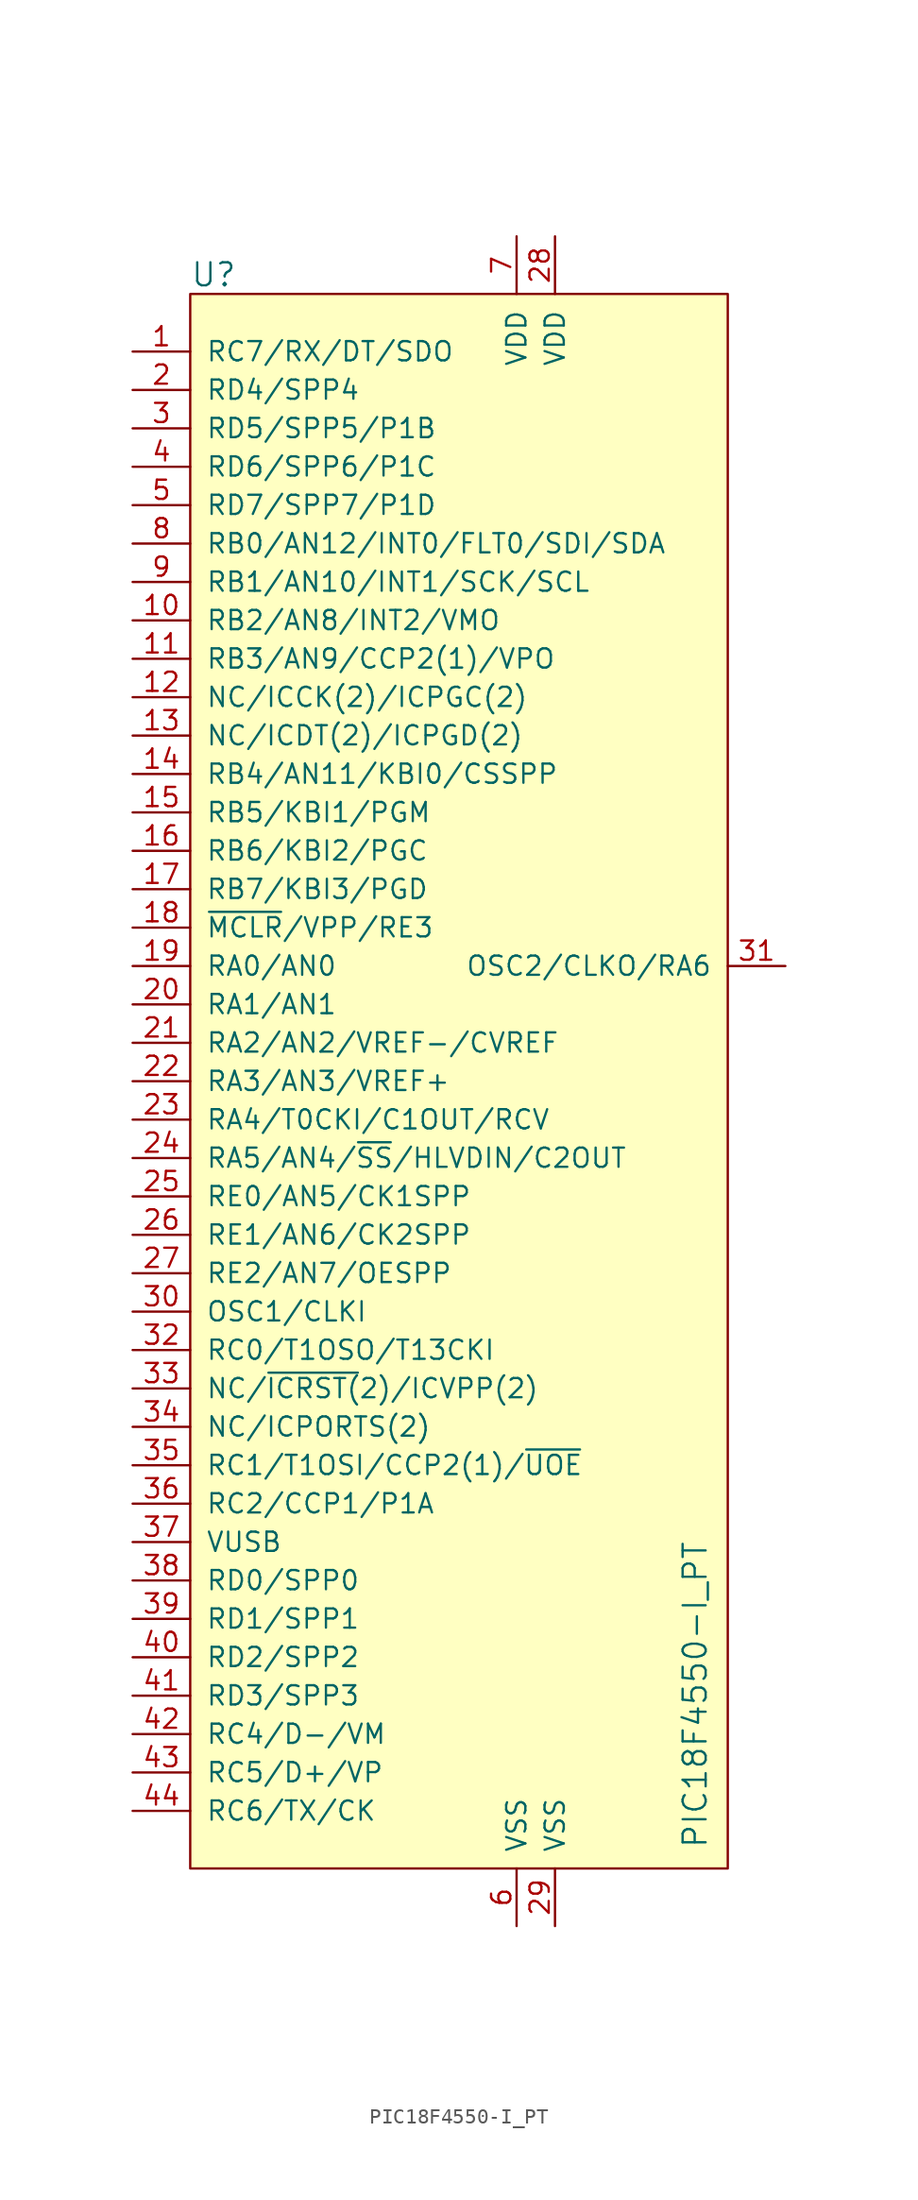
<source format=kicad_sym>
(kicad_symbol_lib
  (version 20231120)
  (generator "kicad_symbol_editor")
  (generator_version "8.0")
  (symbol "PIC18F4550-I_PT"
    (pin_names
      (offset 1.016))
    (property "Reference" "U"
      (at -21.59 35.56 0)
      (effects (font (size 1.524 1.524)) (justify left)))
    (property "Value" "PIC18F4550-I_PT"
      (at 12.7 -68.58 90)
      (effects (font (size 1.524 1.524)) (justify left bottom)))
    (symbol "PIC18F4550-I_PT_0_1"
      (rectangle (start -21.59 34.29) (end 13.97 -69.85) (stroke (width 0) (type default)) (fill (type background))))
    (symbol "PIC18F4550-I_PT_1_1"
      (pin bidirectional line (at -25.4 30.48 0) (length 3.81) (name "RC7/RX/DT/SDO" (effects (font (size 1.27 1.27)))) (number "1" (effects (font (size 1.27 1.27)))))
      (pin bidirectional line (at -25.4 12.7 0) (length 3.81) (name "RB2/AN8/INT2/VMO" (effects (font (size 1.27 1.27)))) (number "10" (effects (font (size 1.27 1.27)))))
      (pin bidirectional line (at -25.4 10.16 0) (length 3.81) (name "RB3/AN9/CCP2(1)/VPO" (effects (font (size 1.27 1.27)))) (number "11" (effects (font (size 1.27 1.27)))))
      (pin bidirectional line (at -25.4 7.62 0) (length 3.81) (name "NC/ICCK(2)/ICPGC(2)" (effects (font (size 1.27 1.27)))) (number "12" (effects (font (size 1.27 1.27)))))
      (pin bidirectional line (at -25.4 5.08 0) (length 3.81) (name "NC/ICDT(2)/ICPGD(2)" (effects (font (size 1.27 1.27)))) (number "13" (effects (font (size 1.27 1.27)))))
      (pin bidirectional line (at -25.4 2.54 0) (length 3.81) (name "RB4/AN11/KBI0/CSSPP" (effects (font (size 1.27 1.27)))) (number "14" (effects (font (size 1.27 1.27)))))
      (pin bidirectional line (at -25.4 0 0) (length 3.81) (name "RB5/KBI1/PGM" (effects (font (size 1.27 1.27)))) (number "15" (effects (font (size 1.27 1.27)))))
      (pin bidirectional line (at -25.4 -2.54 0) (length 3.81) (name "RB6/KBI2/PGC" (effects (font (size 1.27 1.27)))) (number "16" (effects (font (size 1.27 1.27)))))
      (pin bidirectional line (at -25.4 -5.08 0) (length 3.81) (name "RB7/KBI3/PGD" (effects (font (size 1.27 1.27)))) (number "17" (effects (font (size 1.27 1.27)))))
      (pin input line (at -25.4 -7.62 0) (length 3.81) (name "~{MCLR}/VPP/RE3" (effects (font (size 1.27 1.27)))) (number "18" (effects (font (size 1.27 1.27)))))
      (pin bidirectional line (at -25.4 -10.16 0) (length 3.81) (name "RA0/AN0" (effects (font (size 1.27 1.27)))) (number "19" (effects (font (size 1.27 1.27)))))
      (pin bidirectional line (at -25.4 27.94 0) (length 3.81) (name "RD4/SPP4" (effects (font (size 1.27 1.27)))) (number "2" (effects (font (size 1.27 1.27)))))
      (pin bidirectional line (at -25.4 -12.7 0) (length 3.81) (name "RA1/AN1" (effects (font (size 1.27 1.27)))) (number "20" (effects (font (size 1.27 1.27)))))
      (pin bidirectional line (at -25.4 -15.24 0) (length 3.81) (name "RA2/AN2/VREF-/CVREF" (effects (font (size 1.27 1.27)))) (number "21" (effects (font (size 1.27 1.27)))))
      (pin bidirectional line (at -25.4 -17.78 0) (length 3.81) (name "RA3/AN3/VREF+" (effects (font (size 1.27 1.27)))) (number "22" (effects (font (size 1.27 1.27)))))
      (pin bidirectional line (at -25.4 -20.32 0) (length 3.81) (name "RA4/T0CKI/C1OUT/RCV" (effects (font (size 1.27 1.27)))) (number "23" (effects (font (size 1.27 1.27)))))
      (pin bidirectional line (at -25.4 -22.86 0) (length 3.81) (name "RA5/AN4/~{SS}/HLVDIN/C2OUT" (effects (font (size 1.27 1.27)))) (number "24" (effects (font (size 1.27 1.27)))))
      (pin bidirectional line (at -25.4 -25.4 0) (length 3.81) (name "RE0/AN5/CK1SPP" (effects (font (size 1.27 1.27)))) (number "25" (effects (font (size 1.27 1.27)))))
      (pin bidirectional line (at -25.4 -27.94 0) (length 3.81) (name "RE1/AN6/CK2SPP" (effects (font (size 1.27 1.27)))) (number "26" (effects (font (size 1.27 1.27)))))
      (pin bidirectional line (at -25.4 -30.48 0) (length 3.81) (name "RE2/AN7/OESPP" (effects (font (size 1.27 1.27)))) (number "27" (effects (font (size 1.27 1.27)))))
      (pin power_in line (at 2.54 38.1 270) (length 3.81) (name "VDD" (effects (font (size 1.27 1.27)))) (number "28" (effects (font (size 1.27 1.27)))))
      (pin power_in line (at 2.54 -73.66 90) (length 3.81) (name "VSS" (effects (font (size 1.27 1.27)))) (number "29" (effects (font (size 1.27 1.27)))))
      (pin bidirectional line (at -25.4 25.4 0) (length 3.81) (name "RD5/SPP5/P1B" (effects (font (size 1.27 1.27)))) (number "3" (effects (font (size 1.27 1.27)))))
      (pin input line (at -25.4 -33.02 0) (length 3.81) (name "OSC1/CLKI" (effects (font (size 1.27 1.27)))) (number "30" (effects (font (size 1.27 1.27)))))
      (pin output line (at 17.78 -10.16 180) (length 3.81) (name "OSC2/CLKO/RA6" (effects (font (size 1.27 1.27)))) (number "31" (effects (font (size 1.27 1.27)))))
      (pin bidirectional line (at -25.4 -35.56 0) (length 3.81) (name "RC0/T1OSO/T13CKI" (effects (font (size 1.27 1.27)))) (number "32" (effects (font (size 1.27 1.27)))))
      (pin input line (at -25.4 -38.1 0) (length 3.81) (name "NC/~{ICRST(}2)/ICVPP(2)" (effects (font (size 1.27 1.27)))) (number "33" (effects (font (size 1.27 1.27)))))
      (pin input line (at -25.4 -40.64 0) (length 3.81) (name "NC/ICPORTS(2)" (effects (font (size 1.27 1.27)))) (number "34" (effects (font (size 1.27 1.27)))))
      (pin bidirectional line (at -25.4 -43.18 0) (length 3.81) (name "RC1/T1OSI/CCP2(1)/~{UOE}" (effects (font (size 1.27 1.27)))) (number "35" (effects (font (size 1.27 1.27)))))
      (pin bidirectional line (at -25.4 -45.72 0) (length 3.81) (name "RC2/CCP1/P1A" (effects (font (size 1.27 1.27)))) (number "36" (effects (font (size 1.27 1.27)))))
      (pin bidirectional line (at -25.4 -48.26 0) (length 3.81) (name "VUSB" (effects (font (size 1.27 1.27)))) (number "37" (effects (font (size 1.27 1.27)))))
      (pin bidirectional line (at -25.4 -50.8 0) (length 3.81) (name "RD0/SPP0" (effects (font (size 1.27 1.27)))) (number "38" (effects (font (size 1.27 1.27)))))
      (pin bidirectional line (at -25.4 -53.34 0) (length 3.81) (name "RD1/SPP1" (effects (font (size 1.27 1.27)))) (number "39" (effects (font (size 1.27 1.27)))))
      (pin bidirectional line (at -25.4 22.86 0) (length 3.81) (name "RD6/SPP6/P1C" (effects (font (size 1.27 1.27)))) (number "4" (effects (font (size 1.27 1.27)))))
      (pin bidirectional line (at -25.4 -55.88 0) (length 3.81) (name "RD2/SPP2" (effects (font (size 1.27 1.27)))) (number "40" (effects (font (size 1.27 1.27)))))
      (pin bidirectional line (at -25.4 -58.42 0) (length 3.81) (name "RD3/SPP3" (effects (font (size 1.27 1.27)))) (number "41" (effects (font (size 1.27 1.27)))))
      (pin bidirectional line (at -25.4 -60.96 0) (length 3.81) (name "RC4/D-/VM" (effects (font (size 1.27 1.27)))) (number "42" (effects (font (size 1.27 1.27)))))
      (pin bidirectional line (at -25.4 -63.5 0) (length 3.81) (name "RC5/D+/VP" (effects (font (size 1.27 1.27)))) (number "43" (effects (font (size 1.27 1.27)))))
      (pin bidirectional line (at -25.4 -66.04 0) (length 3.81) (name "RC6/TX/CK" (effects (font (size 1.27 1.27)))) (number "44" (effects (font (size 1.27 1.27)))))
      (pin bidirectional line (at -25.4 20.32 0) (length 3.81) (name "RD7/SPP7/P1D" (effects (font (size 1.27 1.27)))) (number "5" (effects (font (size 1.27 1.27)))))
      (pin power_in line (at 0 -73.66 90) (length 3.81) (name "VSS" (effects (font (size 1.27 1.27)))) (number "6" (effects (font (size 1.27 1.27)))))
      (pin power_in line (at 0 38.1 270) (length 3.81) (name "VDD" (effects (font (size 1.27 1.27)))) (number "7" (effects (font (size 1.27 1.27)))))
      (pin bidirectional line (at -25.4 17.78 0) (length 3.81) (name "RB0/AN12/INT0/FLT0/SDI/SDA" (effects (font (size 1.27 1.27)))) (number "8" (effects (font (size 1.27 1.27)))))
      (pin bidirectional line (at -25.4 15.24 0) (length 3.81) (name "RB1/AN10/INT1/SCK/SCL" (effects (font (size 1.27 1.27)))) (number "9" (effects (font (size 1.27 1.27))))))))
</source>
